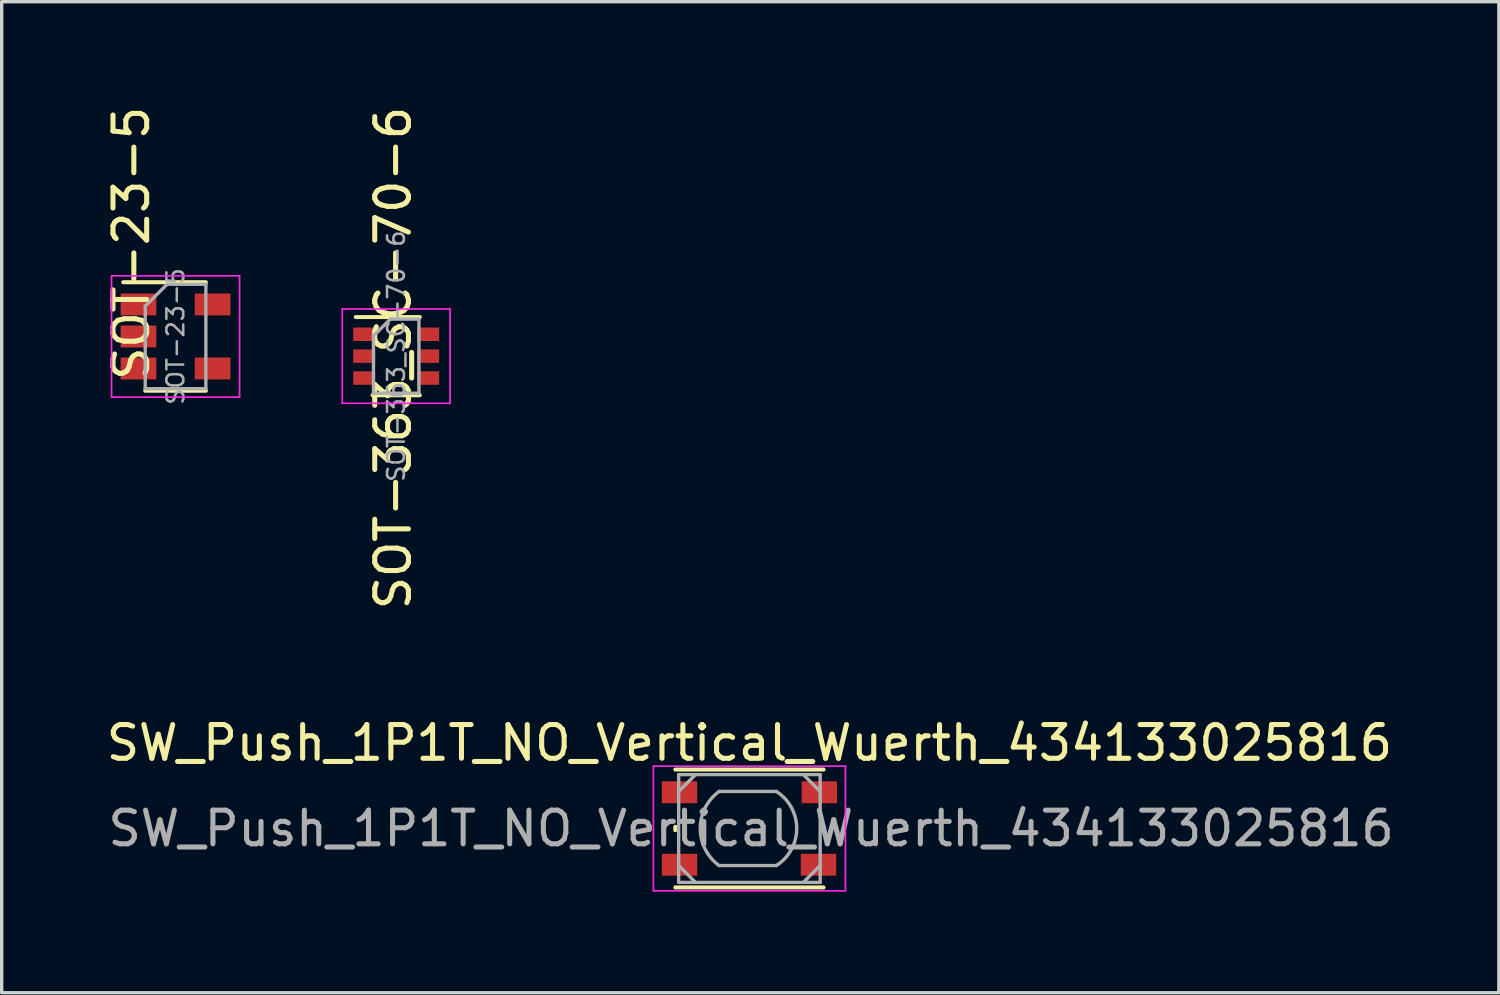
<source format=kicad_pcb>
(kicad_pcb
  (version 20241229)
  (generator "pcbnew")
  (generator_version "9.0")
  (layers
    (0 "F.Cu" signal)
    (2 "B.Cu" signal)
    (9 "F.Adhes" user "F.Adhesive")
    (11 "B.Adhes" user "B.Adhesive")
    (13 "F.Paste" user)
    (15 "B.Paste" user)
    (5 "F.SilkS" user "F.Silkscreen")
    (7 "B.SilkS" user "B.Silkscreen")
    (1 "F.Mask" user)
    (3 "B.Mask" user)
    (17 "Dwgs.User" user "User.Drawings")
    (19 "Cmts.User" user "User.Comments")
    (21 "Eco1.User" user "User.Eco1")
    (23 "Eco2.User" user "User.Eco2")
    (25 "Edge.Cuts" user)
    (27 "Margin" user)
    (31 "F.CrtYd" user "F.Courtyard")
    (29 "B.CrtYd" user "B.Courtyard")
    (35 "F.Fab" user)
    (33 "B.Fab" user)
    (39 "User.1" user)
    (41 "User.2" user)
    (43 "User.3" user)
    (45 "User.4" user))
  (footprint "SOT-363_SC-70-6"
    (layer "F.Cu")
    (at 8.711 7.522)
    (property "Reference" "SOT-363_SC-70-6" (at -0.092 0.055 90) (layer "F.SilkS") (effects (font (size 1 1) (thickness 0.15))))
    (attr smd)
    (fp_line (start -0.7 1.16) (end 0.7 1.16) (stroke (width 0.12) (type solid)) (layer "F.SilkS"))
    (fp_line (start 0.7 -1.16) (end -1.2 -1.16) (stroke (width 0.12) (type solid)) (layer "F.SilkS"))
    (fp_line (start -1.6 -1.4) (end -1.6 1.4) (stroke (width 0.05) (type solid)) (layer "F.CrtYd"))
    (fp_line (start -1.6 -1.4) (end 1.6 -1.4) (stroke (width 0.05) (type solid)) (layer "F.CrtYd"))
    (fp_line (start -1.6 1.4) (end 1.6 1.4) (stroke (width 0.05) (type solid)) (layer "F.CrtYd"))
    (fp_line (start 1.6 1.4) (end 1.6 -1.4) (stroke (width 0.05) (type solid)) (layer "F.CrtYd"))
    (fp_line (start -0.675 -0.6) (end -0.675 1.1) (stroke (width 0.1) (type solid)) (layer "F.Fab"))
    (fp_line (start -0.175 -1.1) (end -0.675 -0.6) (stroke (width 0.1) (type solid)) (layer "F.Fab"))
    (fp_line (start 0.675 -1.1) (end -0.175 -1.1) (stroke (width 0.1) (type solid)) (layer "F.Fab"))
    (fp_line (start 0.675 -1.1) (end 0.675 1.1) (stroke (width 0.1) (type solid)) (layer "F.Fab"))
    (fp_line (start 0.675 1.1) (end -0.675 1.1) (stroke (width 0.1) (type solid)) (layer "F.Fab"))
    (fp_text user "${REFERENCE}" (at 0 0 90) (layer "F.Fab") (effects (font (size 0.5 0.5) (thickness 0.075))))
    (pad "1" smd rect (at -0.95 -0.65) (size 0.65 0.4) (layers "F.Cu" "F.Mask" "F.Paste"))
    (pad "2" smd rect (at -0.95 0) (size 0.65 0.4) (layers "F.Cu" "F.Mask" "F.Paste"))
    (pad "3" smd rect (at -0.95 0.65) (size 0.65 0.4) (layers "F.Cu" "F.Mask" "F.Paste"))
    (pad "4" smd rect (at 0.95 0.65) (size 0.65 0.4) (layers "F.Cu" "F.Mask" "F.Paste"))
    (pad "5" smd rect (at 0.95 0) (size 0.65 0.4) (layers "F.Cu" "F.Mask" "F.Paste"))
    (pad "6" smd rect (at 0.95 -0.65) (size 0.65 0.4) (layers "F.Cu" "F.Mask" "F.Paste")))
  (footprint "SW_Push_1P1T_NO_Vertical_Wuerth_434133025816"
    (layer "F.Cu")
    (at 19.196 21.543)
    (property "Reference" "SW_Push_1P1T_NO_Vertical_Wuerth_434133025816" (at 0 -2.54 0) (layer "F.SilkS") (effects (font (size 1 1) (thickness 0.15))))
    (attr smd)
    (fp_line (start -2.2 0.05) (end -2.2 -0.05) (stroke (width 0.12) (type solid)) (layer "F.SilkS"))
    (fp_line (start -2.2 1.75) (end 2.2 1.75) (stroke (width 0.12) (type solid)) (layer "F.SilkS"))
    (fp_line (start 2.2 -1.75) (end -2.2 -1.75) (stroke (width 0.12) (type solid)) (layer "F.SilkS"))
    (fp_line (start 2.2 0.05) (end 2.2 -0.05) (stroke (width 0.12) (type solid)) (layer "F.SilkS"))
    (fp_line (start -2.85 -1.85) (end 2.85 -1.85) (stroke (width 0.05) (type solid)) (layer "F.CrtYd"))
    (fp_line (start -2.85 1.85) (end -2.85 -1.85) (stroke (width 0.05) (type solid)) (layer "F.CrtYd"))
    (fp_line (start 2.85 -1.85) (end 2.85 1.85) (stroke (width 0.05) (type solid)) (layer "F.CrtYd"))
    (fp_line (start 2.85 1.85) (end -2.85 1.85) (stroke (width 0.05) (type solid)) (layer "F.CrtYd"))
    (fp_line (start -2.1 -1.6) (end 2.1 -1.6) (stroke (width 0.1) (type solid)) (layer "F.Fab"))
    (fp_line (start -2.1 -1.1) (end -1.6 -1.6) (stroke (width 0.1) (type solid)) (layer "F.Fab"))
    (fp_line (start -2.1 1.1) (end -1.6 1.6) (stroke (width 0.1) (type solid)) (layer "F.Fab"))
    (fp_line (start -2.1 1.6) (end -2.1 -1.6) (stroke (width 0.1) (type solid)) (layer "F.Fab"))
    (fp_line (start -0.9 -1.1) (end 0.8 -1.1) (stroke (width 0.1) (type solid)) (layer "F.Fab"))
    (fp_line (start 0.8 1.1) (end -0.9 1.1) (stroke (width 0.1) (type solid)) (layer "F.Fab"))
    (fp_line (start 1.6 -1.6) (end 2.1 -1.1) (stroke (width 0.1) (type solid)) (layer "F.Fab"))
    (fp_line (start 1.6 1.6) (end 2.1 1.1) (stroke (width 0.1) (type solid)) (layer "F.Fab"))
    (fp_line (start 2.1 -1.6) (end 2.1 1.6) (stroke (width 0.1) (type solid)) (layer "F.Fab"))
    (fp_line (start 2.1 1.6) (end -2.1 1.6) (stroke (width 0.1) (type solid)) (layer "F.Fab"))
    (fp_arc (start -0.9 1.099999) (mid -1.460147 0) (end -0.9 -1.099999) (stroke (width 0.1) (type solid)) (layer "F.Fab"))
    (fp_arc (start 0.8 -1.099999) (mid 1.40384 0) (end 0.799999 1.099999) (stroke (width 0.1) (type solid)) (layer "F.Fab"))
    (fp_text user "${REFERENCE}" (at 0.05 0 180) (layer "F.Fab") (effects (font (size 1 1) (thickness 0.15))))
    (pad "1" smd rect (at -2.075 -1.075) (size 1.05 0.65) (layers "F.Cu" "F.Mask" "F.Paste"))
    (pad "1" smd rect (at 2.075 -1.075) (size 1.05 0.65) (layers "F.Cu" "F.Mask" "F.Paste"))
    (pad "2" smd rect (at -2.075 1.075) (size 1.05 0.65) (layers "F.Cu" "F.Mask" "F.Paste"))
    (pad "2" smd rect (at 2.05 1.075) (size 1.05 0.65) (layers "F.Cu" "F.Mask" "F.Paste")))
  (footprint "SOT-23-5"
    (layer "F.Cu")
    (at 2.161 6.938)
    (property "Reference" "SOT-23-5" (at -1.312 -2.765 270) (layer "F.SilkS") (effects (font (size 1 1) (thickness 0.15))))
    (attr smd)
    (fp_line (start -0.9 1.61) (end 0.9 1.61) (stroke (width 0.12) (type solid)) (layer "F.SilkS"))
    (fp_line (start 0.9 -1.61) (end -1.55 -1.61) (stroke (width 0.12) (type solid)) (layer "F.SilkS"))
    (fp_line (start -1.9 -1.8) (end 1.9 -1.8) (stroke (width 0.05) (type solid)) (layer "F.CrtYd"))
    (fp_line (start -1.9 1.8) (end -1.9 -1.8) (stroke (width 0.05) (type solid)) (layer "F.CrtYd"))
    (fp_line (start 1.9 -1.8) (end 1.9 1.8) (stroke (width 0.05) (type solid)) (layer "F.CrtYd"))
    (fp_line (start 1.9 1.8) (end -1.9 1.8) (stroke (width 0.05) (type solid)) (layer "F.CrtYd"))
    (fp_line (start -0.9 -0.9) (end -0.9 1.55) (stroke (width 0.1) (type solid)) (layer "F.Fab"))
    (fp_line (start -0.9 -0.9) (end -0.25 -1.55) (stroke (width 0.1) (type solid)) (layer "F.Fab"))
    (fp_line (start 0.9 -1.55) (end -0.25 -1.55) (stroke (width 0.1) (type solid)) (layer "F.Fab"))
    (fp_line (start 0.9 -1.55) (end 0.9 1.55) (stroke (width 0.1) (type solid)) (layer "F.Fab"))
    (fp_line (start 0.9 1.55) (end -0.9 1.55) (stroke (width 0.1) (type solid)) (layer "F.Fab"))
    (fp_text user "${REFERENCE}" (at 0 0 90) (layer "F.Fab") (effects (font (size 0.5 0.5) (thickness 0.075))))
    (pad "1" smd rect (at -1.1 -0.95) (size 1.06 0.65) (layers "F.Cu" "F.Mask" "F.Paste"))
    (pad "2" smd rect (at -1.1 0) (size 1.06 0.65) (layers "F.Cu" "F.Mask" "F.Paste"))
    (pad "3" smd rect (at -1.1 0.95) (size 1.06 0.65) (layers "F.Cu" "F.Mask" "F.Paste"))
    (pad "4" smd rect (at 1.1 0.95) (size 1.06 0.65) (layers "F.Cu" "F.Mask" "F.Paste"))
    (pad "5" smd rect (at 1.1 -0.95) (size 1.06 0.65) (layers "F.Cu" "F.Mask" "F.Paste")))
  (gr_rect
    (start -3 -3)
    (end 41.443 26.418)
    (stroke (width 0.1) (type default))
    (fill no)
    (layer "Edge.Cuts")))
</source>
